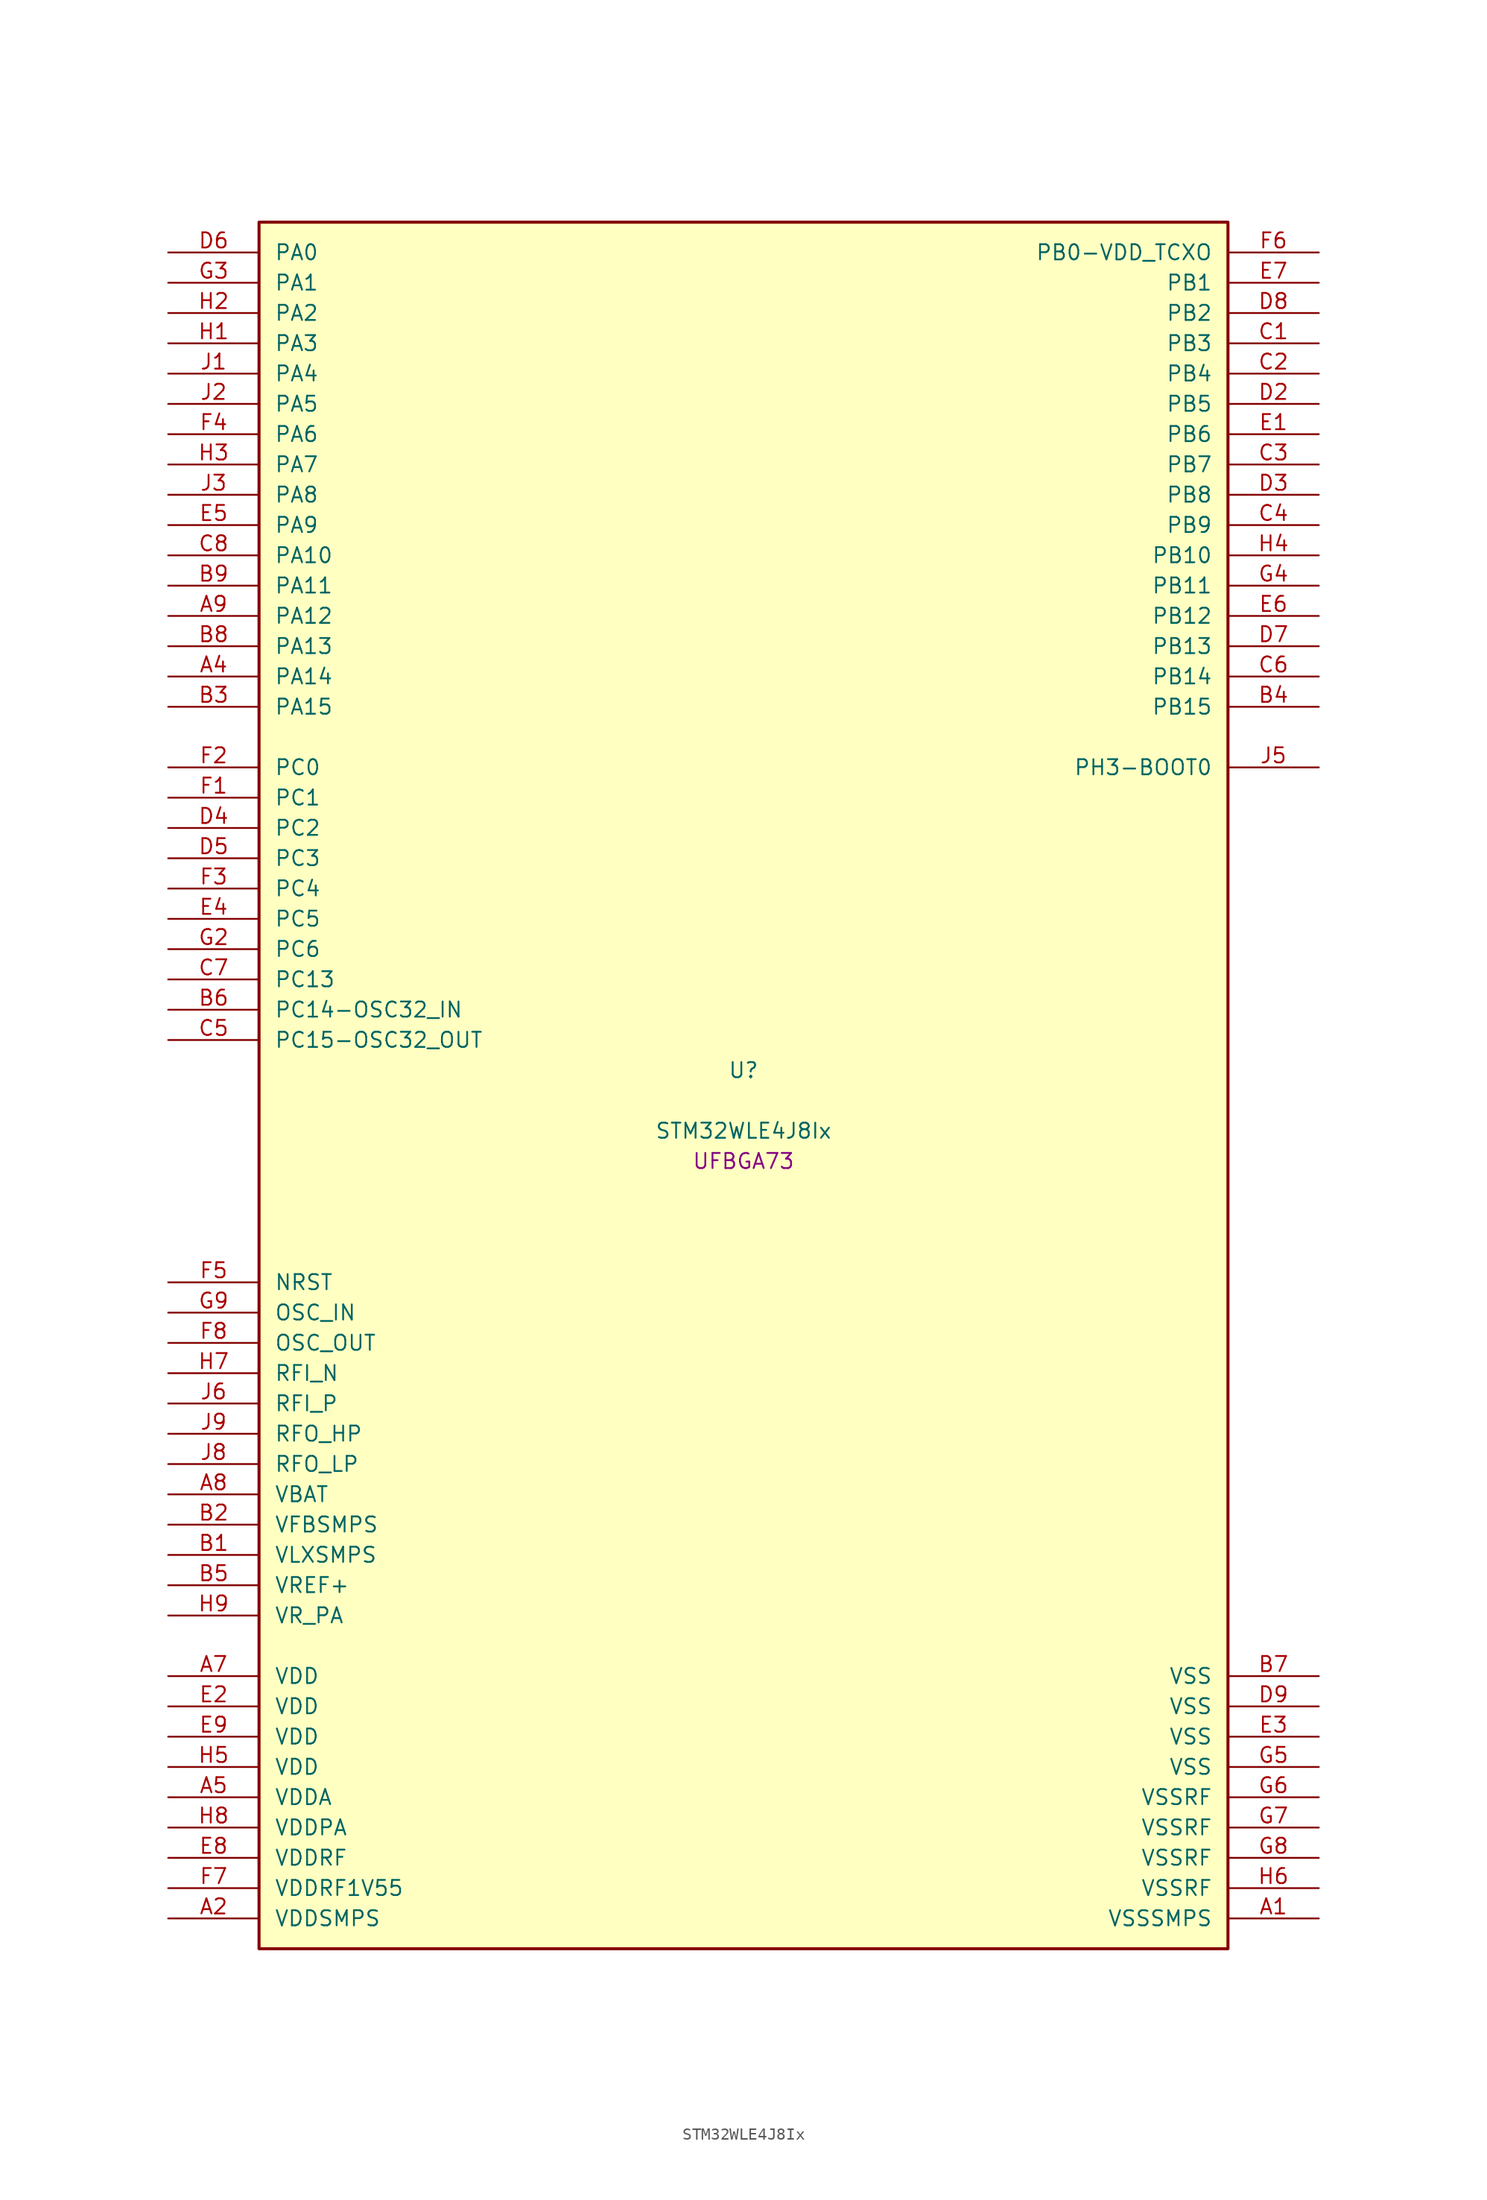
<source format=kicad_sym>
(kicad_symbol_lib
  (version 20241209)
  (generator "stm32_pkl_generator")
  (generator_version "1.0")
  (symbol "STM32WLE4J8Ix"
    (pin_names
      (offset 1.27))
    (property "Reference" "U"
      (at 0 2.54 0))
    (property "Value" "STM32WLE4J8Ix"
      (at 0 -2.54 0))
    (property "Footprint" "UFBGA73"
      (at 0 -5.08 0))
    (symbol "STM32WLE4J8Ix_1_1"
      (rectangle (start -40.64 73.66) (end 40.64 -71.12) (stroke (width 0.254) (type solid)) (fill (type background)))
      (pin bidirectional line (at -48.26 71.12 0) (length 7.62) (name "PA0") (number "D6") (alternate "PA0/COMP1_OUT" bidirectional line) (alternate "PA0/DEBUG_PWR-REGLP1S" bidirectional line) (alternate "PA0/I2C3_SMBA" bidirectional line) (alternate "PA0/I2S_CKIN" bidirectional line) (alternate "PA0/PWR_WKUP1" bidirectional line) (alternate "PA0/RTC_TAMP_IN2" bidirectional line) (alternate "PA0/TIM2_CH1" bidirectional line) (alternate "PA0/TIM2_ETR" bidirectional line) (alternate "PA0/USART2_CTS" bidirectional line) (alternate "PA0/USART2_NSS" bidirectional line))
      (pin bidirectional line (at -48.26 68.58 0) (length 7.62) (name "PA1") (number "G3") (alternate "PA1/DEBUG_PWR-REGLP2S" bidirectional line) (alternate "PA1/I2C1_SMBA" bidirectional line) (alternate "PA1/LPTIM3_OUT" bidirectional line) (alternate "PA1/LPUART1_RTS" bidirectional line) (alternate "PA1/SPI1_SCK" bidirectional line) (alternate "PA1/TIM2_CH2" bidirectional line) (alternate "PA1/USART2_DE" bidirectional line) (alternate "PA1/USART2_RTS" bidirectional line))
      (pin bidirectional line (at -48.26 66.04 0) (length 7.62) (name "PA2") (number "H2") (alternate "PA2/COMP2_OUT" bidirectional line) (alternate "PA2/DEBUG_PWR-LDORDY" bidirectional line) (alternate "PA2/LPUART1_TX" bidirectional line) (alternate "PA2/RCC_LSCO" bidirectional line) (alternate "PA2/TIM2_CH3" bidirectional line) (alternate "PA2/USART2_TX" bidirectional line))
      (pin bidirectional line (at -48.26 63.5 0) (length 7.62) (name "PA3") (number "H1") (alternate "PA3/I2S2_MCK" bidirectional line) (alternate "PA3/LPUART1_RX" bidirectional line) (alternate "PA3/TIM2_CH4" bidirectional line) (alternate "PA3/USART2_RX" bidirectional line))
      (pin bidirectional line (at -48.26 60.96 0) (length 7.62) (name "PA4") (number "J1") (alternate "PA4/DEBUG_SUBGHZSPI-NSSOUT" bidirectional line) (alternate "PA4/LPTIM1_OUT" bidirectional line) (alternate "PA4/LPTIM2_OUT" bidirectional line) (alternate "PA4/RTC_OUT2" bidirectional line) (alternate "PA4/SPI1_NSS" bidirectional line) (alternate "PA4/USART2_CK" bidirectional line))
      (pin bidirectional line (at -48.26 58.42 0) (length 7.62) (name "PA5") (number "J2") (alternate "PA5/DEBUG_SUBGHZSPI-SCKOUT" bidirectional line) (alternate "PA5/LPTIM2_ETR" bidirectional line) (alternate "PA5/SPI1_SCK" bidirectional line) (alternate "PA5/SPI2_MISO" bidirectional line) (alternate "PA5/TIM2_CH1" bidirectional line) (alternate "PA5/TIM2_ETR" bidirectional line))
      (pin bidirectional line (at -48.26 55.88 0) (length 7.62) (name "PA6") (number "F4") (alternate "PA6/DEBUG_SUBGHZSPI-MISOOUT" bidirectional line) (alternate "PA6/I2C2_SMBA" bidirectional line) (alternate "PA6/LPUART1_CTS" bidirectional line) (alternate "PA6/SPI1_MISO" bidirectional line) (alternate "PA6/TIM16_CH1" bidirectional line) (alternate "PA6/TIM1_BKIN" bidirectional line))
      (pin bidirectional line (at -48.26 53.34 0) (length 7.62) (name "PA7") (number "H3") (alternate "PA7/COMP2_OUT" bidirectional line) (alternate "PA7/DEBUG_SUBGHZSPI-MOSIOUT" bidirectional line) (alternate "PA7/I2C3_SCL" bidirectional line) (alternate "PA7/SPI1_MOSI" bidirectional line) (alternate "PA7/TIM17_CH1" bidirectional line) (alternate "PA7/TIM1_CH1N" bidirectional line))
      (pin bidirectional line (at -48.26 50.8 0) (length 7.62) (name "PA8") (number "J3") (alternate "PA8/I2S2_CK" bidirectional line) (alternate "PA8/LPTIM2_OUT" bidirectional line) (alternate "PA8/RCC_MCO" bidirectional line) (alternate "PA8/SPI2_SCK" bidirectional line) (alternate "PA8/TIM1_CH1" bidirectional line) (alternate "PA8/USART1_CK" bidirectional line))
      (pin bidirectional line (at -48.26 48.26 0) (length 7.62) (name "PA9") (number "E5") (alternate "PA9/DAC_EXTI9" bidirectional line) (alternate "PA9/I2C1_SCL" bidirectional line) (alternate "PA9/I2S2_CK" bidirectional line) (alternate "PA9/I2S2_WS" bidirectional line) (alternate "PA9/SPI2_NSS" bidirectional line) (alternate "PA9/SPI2_SCK" bidirectional line) (alternate "PA9/TIM1_CH2" bidirectional line) (alternate "PA9/USART1_TX" bidirectional line))
      (pin bidirectional line (at -48.26 45.72 0) (length 7.62) (name "PA10") (number "C8") (alternate "PA10/ADC_IN6" bidirectional line) (alternate "PA10/COMP1_INM" bidirectional line) (alternate "PA10/COMP2_INM" bidirectional line) (alternate "PA10/DAC_OUT1" bidirectional line) (alternate "PA10/DEBUG_RF-HSE32RDY" bidirectional line) (alternate "PA10/I2C1_SDA" bidirectional line) (alternate "PA10/I2S2_SD" bidirectional line) (alternate "PA10/RTC_REFIN" bidirectional line) (alternate "PA10/SPI2_MOSI" bidirectional line) (alternate "PA10/TIM17_BKIN" bidirectional line) (alternate "PA10/TIM1_CH3" bidirectional line) (alternate "PA10/USART1_RX" bidirectional line))
      (pin bidirectional line (at -48.26 43.18 0) (length 7.62) (name "PA11") (number "B9") (alternate "PA11/ADC_EXTI11" bidirectional line) (alternate "PA11/ADC_IN7" bidirectional line) (alternate "PA11/COMP1_INM" bidirectional line) (alternate "PA11/COMP2_INM" bidirectional line) (alternate "PA11/DEBUG_RF-NRESET" bidirectional line) (alternate "PA11/I2C2_SDA" bidirectional line) (alternate "PA11/LPTIM3_ETR" bidirectional line) (alternate "PA11/SPI1_MISO" bidirectional line) (alternate "PA11/TIM1_BKIN2" bidirectional line) (alternate "PA11/TIM1_CH4" bidirectional line) (alternate "PA11/USART1_CTS" bidirectional line) (alternate "PA11/USART1_NSS" bidirectional line))
      (pin bidirectional line (at -48.26 40.64 0) (length 7.62) (name "PA12") (number "A9") (alternate "PA12/ADC_IN8" bidirectional line) (alternate "PA12/DEBUG_RF-BUSY" bidirectional line) (alternate "PA12/I2C2_SCL" bidirectional line) (alternate "PA12/LPTIM3_IN1" bidirectional line) (alternate "PA12/SPI1_MOSI" bidirectional line) (alternate "PA12/TIM1_ETR" bidirectional line) (alternate "PA12/USART1_DE" bidirectional line) (alternate "PA12/USART1_RTS" bidirectional line))
      (pin bidirectional line (at -48.26 38.1 0) (length 7.62) (name "PA13") (number "B8") (alternate "PA13/ADC_IN9" bidirectional line) (alternate "PA13/DEBUG_JTMS-SWDIO" bidirectional line) (alternate "PA13/I2C2_SMBA" bidirectional line) (alternate "PA13/IR_OUT" bidirectional line))
      (pin bidirectional line (at -48.26 35.56 0) (length 7.62) (name "PA14") (number "A4") (alternate "PA14/ADC_IN10" bidirectional line) (alternate "PA14/DEBUG_JTCK-SWCLK" bidirectional line) (alternate "PA14/I2C1_SMBA" bidirectional line) (alternate "PA14/LPTIM1_OUT" bidirectional line))
      (pin bidirectional line (at -48.26 33.02 0) (length 7.62) (name "PA15") (number "B3") (alternate "PA15/ADC_IN11" bidirectional line) (alternate "PA15/COMP1_INM" bidirectional line) (alternate "PA15/COMP2_INP" bidirectional line) (alternate "PA15/DEBUG_JTDI" bidirectional line) (alternate "PA15/I2C2_SDA" bidirectional line) (alternate "PA15/SPI1_NSS" bidirectional line) (alternate "PA15/TIM2_CH1" bidirectional line) (alternate "PA15/TIM2_ETR" bidirectional line))
      (pin bidirectional line (at 48.26 71.12 180) (length 7.62) (name "PB0-VDD_TCXO") (number "F6") (alternate "PB0-VDD_TCXO/COMP1_OUT" bidirectional line) (alternate "PB0-VDD_TCXO/VDDTCXO" bidirectional line))
      (pin bidirectional line (at 48.26 68.58 180) (length 7.62) (name "PB1") (number "E7") (alternate "PB1/ADC_IN5" bidirectional line) (alternate "PB1/COMP2_INP" bidirectional line) (alternate "PB1/LPTIM2_IN1" bidirectional line) (alternate "PB1/LPUART1_DE" bidirectional line) (alternate "PB1/LPUART1_RTS" bidirectional line))
      (pin bidirectional line (at 48.26 66.04 180) (length 7.62) (name "PB2") (number "D8") (alternate "PB2/ADC_IN4" bidirectional line) (alternate "PB2/COMP1_INP" bidirectional line) (alternate "PB2/COMP2_INM" bidirectional line) (alternate "PB2/DEBUG_RF-SMPSRDY" bidirectional line) (alternate "PB2/I2C3_SMBA" bidirectional line) (alternate "PB2/LPTIM1_OUT" bidirectional line) (alternate "PB2/SPI1_NSS" bidirectional line))
      (pin bidirectional line (at 48.26 63.5 180) (length 7.62) (name "PB3") (number "C1") (alternate "PB3/ADC_IN2" bidirectional line) (alternate "PB3/COMP1_INM" bidirectional line) (alternate "PB3/COMP2_INM" bidirectional line) (alternate "PB3/DEBUG_JTDO-SWO" bidirectional line) (alternate "PB3/DEBUG_RF-DTB1" bidirectional line) (alternate "PB3/PWR_WKUP3" bidirectional line) (alternate "PB3/RTC_TAMP_IN3" bidirectional line) (alternate "PB3/SPI1_SCK" bidirectional line) (alternate "PB3/TIM2_CH2" bidirectional line) (alternate "PB3/USART1_DE" bidirectional line) (alternate "PB3/USART1_RTS" bidirectional line))
      (pin bidirectional line (at 48.26 60.96 180) (length 7.62) (name "PB4") (number "C2") (alternate "PB4/ADC_IN3" bidirectional line) (alternate "PB4/COMP1_INP" bidirectional line) (alternate "PB4/COMP2_INP" bidirectional line) (alternate "PB4/DEBUG_JTRST" bidirectional line) (alternate "PB4/DEBUG_RF-LDORDY" bidirectional line) (alternate "PB4/I2C3_SDA" bidirectional line) (alternate "PB4/SPI1_MISO" bidirectional line) (alternate "PB4/TIM17_BKIN" bidirectional line) (alternate "PB4/USART1_CTS" bidirectional line) (alternate "PB4/USART1_NSS" bidirectional line))
      (pin bidirectional line (at 48.26 58.42 180) (length 7.62) (name "PB5") (number "D2") (alternate "PB5/COMP2_OUT" bidirectional line) (alternate "PB5/I2C1_SMBA" bidirectional line) (alternate "PB5/LPTIM1_IN1" bidirectional line) (alternate "PB5/SPI1_MOSI" bidirectional line) (alternate "PB5/TIM16_BKIN" bidirectional line) (alternate "PB5/USART1_CK" bidirectional line))
      (pin bidirectional line (at 48.26 55.88 180) (length 7.62) (name "PB6") (number "E1") (alternate "PB6/I2C1_SCL" bidirectional line) (alternate "PB6/LPTIM1_ETR" bidirectional line) (alternate "PB6/TIM16_CH1N" bidirectional line) (alternate "PB6/USART1_TX" bidirectional line))
      (pin bidirectional line (at 48.26 53.34 180) (length 7.62) (name "PB7") (number "C3") (alternate "PB7/I2C1_SDA" bidirectional line) (alternate "PB7/LPTIM1_IN2" bidirectional line) (alternate "PB7/PWR_PVD_IN" bidirectional line) (alternate "PB7/TIM17_CH1N" bidirectional line) (alternate "PB7/TIM1_BKIN" bidirectional line) (alternate "PB7/USART1_RX" bidirectional line))
      (pin bidirectional line (at 48.26 50.8 180) (length 7.62) (name "PB8") (number "D3") (alternate "PB8/I2C1_SCL" bidirectional line) (alternate "PB8/TIM16_CH1" bidirectional line) (alternate "PB8/TIM1_CH2N" bidirectional line))
      (pin bidirectional line (at 48.26 48.26 180) (length 7.62) (name "PB9") (number "C4") (alternate "PB9/DAC_EXTI9" bidirectional line) (alternate "PB9/I2C1_SDA" bidirectional line) (alternate "PB9/I2S2_WS" bidirectional line) (alternate "PB9/IR_OUT" bidirectional line) (alternate "PB9/SPI2_NSS" bidirectional line) (alternate "PB9/TIM17_CH1" bidirectional line) (alternate "PB9/TIM1_CH3N" bidirectional line))
      (pin bidirectional line (at 48.26 45.72 180) (length 7.62) (name "PB10") (number "H4") (alternate "PB10/COMP1_OUT" bidirectional line) (alternate "PB10/I2C3_SCL" bidirectional line) (alternate "PB10/I2S2_CK" bidirectional line) (alternate "PB10/LPUART1_RX" bidirectional line) (alternate "PB10/SPI2_SCK" bidirectional line) (alternate "PB10/TIM2_CH3" bidirectional line))
      (pin bidirectional line (at 48.26 43.18 180) (length 7.62) (name "PB11") (number "G4") (alternate "PB11/ADC_EXTI11" bidirectional line) (alternate "PB11/COMP2_OUT" bidirectional line) (alternate "PB11/I2C3_SDA" bidirectional line) (alternate "PB11/LPUART1_TX" bidirectional line) (alternate "PB11/TIM2_CH4" bidirectional line))
      (pin bidirectional line (at 48.26 40.64 180) (length 7.62) (name "PB12") (number "E6") (alternate "PB12/I2C3_SMBA" bidirectional line) (alternate "PB12/I2S2_WS" bidirectional line) (alternate "PB12/LPUART1_RTS" bidirectional line) (alternate "PB12/SPI2_NSS" bidirectional line) (alternate "PB12/TIM1_BKIN" bidirectional line))
      (pin bidirectional line (at 48.26 38.1 180) (length 7.62) (name "PB13") (number "D7") (alternate "PB13/ADC_IN0" bidirectional line) (alternate "PB13/I2C3_SCL" bidirectional line) (alternate "PB13/I2S2_CK" bidirectional line) (alternate "PB13/LPUART1_CTS" bidirectional line) (alternate "PB13/SPI2_SCK" bidirectional line) (alternate "PB13/TIM1_CH1N" bidirectional line))
      (pin bidirectional line (at 48.26 35.56 180) (length 7.62) (name "PB14") (number "C6") (alternate "PB14/ADC_IN1" bidirectional line) (alternate "PB14/I2C3_SDA" bidirectional line) (alternate "PB14/I2S2_MCK" bidirectional line) (alternate "PB14/SPI2_MISO" bidirectional line) (alternate "PB14/TIM1_CH2N" bidirectional line))
      (pin bidirectional line (at 48.26 33.02 180) (length 7.62) (name "PB15") (number "B4") (alternate "PB15/I2C2_SCL" bidirectional line) (alternate "PB15/I2S2_SD" bidirectional line) (alternate "PB15/SPI2_MOSI" bidirectional line) (alternate "PB15/TIM1_CH3N" bidirectional line))
      (pin bidirectional line (at -48.26 27.94 0) (length 7.62) (name "PC0") (number "F2") (alternate "PC0/I2C3_SCL" bidirectional line) (alternate "PC0/LPTIM1_IN1" bidirectional line) (alternate "PC0/LPTIM2_IN1" bidirectional line) (alternate "PC0/LPUART1_RX" bidirectional line))
      (pin bidirectional line (at -48.26 25.4 0) (length 7.62) (name "PC1") (number "F1") (alternate "PC1/I2C3_SDA" bidirectional line) (alternate "PC1/I2S2_SD" bidirectional line) (alternate "PC1/LPTIM1_OUT" bidirectional line) (alternate "PC1/LPUART1_TX" bidirectional line) (alternate "PC1/SPI2_MOSI" bidirectional line))
      (pin bidirectional line (at -48.26 22.86 0) (length 7.62) (name "PC2") (number "D4") (alternate "PC2/LPTIM1_IN2" bidirectional line) (alternate "PC2/SPI2_MISO" bidirectional line))
      (pin bidirectional line (at -48.26 20.32 0) (length 7.62) (name "PC3") (number "D5") (alternate "PC3/I2S2_SD" bidirectional line) (alternate "PC3/LPTIM1_ETR" bidirectional line) (alternate "PC3/LPTIM2_ETR" bidirectional line) (alternate "PC3/SPI2_MOSI" bidirectional line))
      (pin bidirectional line (at -48.26 17.78 0) (length 7.62) (name "PC4") (number "F3"))
      (pin bidirectional line (at -48.26 15.24 0) (length 7.62) (name "PC5") (number "E4"))
      (pin bidirectional line (at -48.26 12.7 0) (length 7.62) (name "PC6") (number "G2") (alternate "PC6/I2S2_MCK" bidirectional line))
      (pin bidirectional line (at -48.26 10.16 0) (length 7.62) (name "PC13") (number "C7") (alternate "PC13/PWR_WKUP2" bidirectional line) (alternate "PC13/RTC_OUT1" bidirectional line) (alternate "PC13/RTC_TAMP_IN1" bidirectional line) (alternate "PC13/RTC_TS" bidirectional line))
      (pin bidirectional line (at -48.26 7.62 0) (length 7.62) (name "PC14-OSC32_IN") (number "B6") (alternate "PC14-OSC32_IN/RCC_OSC32_IN" bidirectional line))
      (pin bidirectional line (at -48.26 5.08 0) (length 7.62) (name "PC15-OSC32_OUT") (number "C5") (alternate "PC15-OSC32_OUT/RCC_OSC32_OUT" bidirectional line))
      (pin bidirectional line (at 48.26 27.94 180) (length 7.62) (name "PH3-BOOT0") (number "J5"))
      (pin input line (at -48.26 -15.24 0) (length 7.62) (name "NRST") (number "F5"))
      (pin bidirectional line (at -48.26 -17.78 0) (length 7.62) (name "OSC_IN") (number "G9") (alternate "OSC_IN/RCC_OSC_IN" bidirectional line))
      (pin bidirectional line (at -48.26 -20.32 0) (length 7.62) (name "OSC_OUT") (number "F8") (alternate "OSC_OUT/RCC_OSC_OUT" bidirectional line))
      (pin bidirectional line (at -48.26 -22.86 0) (length 7.62) (name "RFI_N") (number "H7"))
      (pin bidirectional line (at -48.26 -25.4 0) (length 7.62) (name "RFI_P") (number "J6"))
      (pin bidirectional line (at -48.26 -27.94 0) (length 7.62) (name "RFO_HP") (number "J9"))
      (pin bidirectional line (at -48.26 -30.48 0) (length 7.62) (name "RFO_LP") (number "J8"))
      (pin power_in line (at -48.26 -33.02 0) (length 7.62) (name "VBAT") (number "A8"))
      (pin power_in line (at -48.26 -35.56 0) (length 7.62) (name "VFBSMPS") (number "B2"))
      (pin power_in line (at -48.26 -38.1 0) (length 7.62) (name "VLXSMPS") (number "B1"))
      (pin bidirectional line (at -48.26 -40.64 0) (length 7.62) (name "VREF+") (number "B5") (alternate "VREF+/VREFBUF_OUT" bidirectional line))
      (pin power_in line (at -48.26 -43.18 0) (length 7.62) (name "VR_PA") (number "H9"))
      (pin power_in line (at -48.26 -48.26 0) (length 7.62) (name "VDD") (number "A7"))
      (pin power_in line (at -48.26 -50.8 0) (length 7.62) (name "VDD") (number "E2"))
      (pin power_in line (at -48.26 -53.34 0) (length 7.62) (name "VDD") (number "E9"))
      (pin power_in line (at -48.26 -55.88 0) (length 7.62) (name "VDD") (number "H5"))
      (pin power_in line (at -48.26 -58.42 0) (length 7.62) (name "VDDA") (number "A5"))
      (pin power_in line (at -48.26 -60.96 0) (length 7.62) (name "VDDPA") (number "H8"))
      (pin power_in line (at -48.26 -63.5 0) (length 7.62) (name "VDDRF") (number "E8"))
      (pin power_in line (at -48.26 -66.04 0) (length 7.62) (name "VDDRF1V55") (number "F7"))
      (pin power_in line (at -48.26 -68.58 0) (length 7.62) (name "VDDSMPS") (number "A2"))
      (pin power_in line (at 48.26 -48.26 180) (length 7.62) (name "VSS") (number "B7"))
      (pin power_in line (at 48.26 -50.8 180) (length 7.62) (name "VSS") (number "D9"))
      (pin power_in line (at 48.26 -53.34 180) (length 7.62) (name "VSS") (number "E3"))
      (pin power_in line (at 48.26 -55.88 180) (length 7.62) (name "VSS") (number "G5"))
      (pin power_in line (at 48.26 -58.42 180) (length 7.62) (name "VSSRF") (number "G6"))
      (pin power_in line (at 48.26 -60.96 180) (length 7.62) (name "VSSRF") (number "G7"))
      (pin power_in line (at 48.26 -63.5 180) (length 7.62) (name "VSSRF") (number "G8"))
      (pin power_in line (at 48.26 -66.04 180) (length 7.62) (name "VSSRF") (number "H6"))
      (pin power_in line (at 48.26 -68.58 180) (length 7.62) (name "VSSSMPS") (number "A1")))))
</source>
